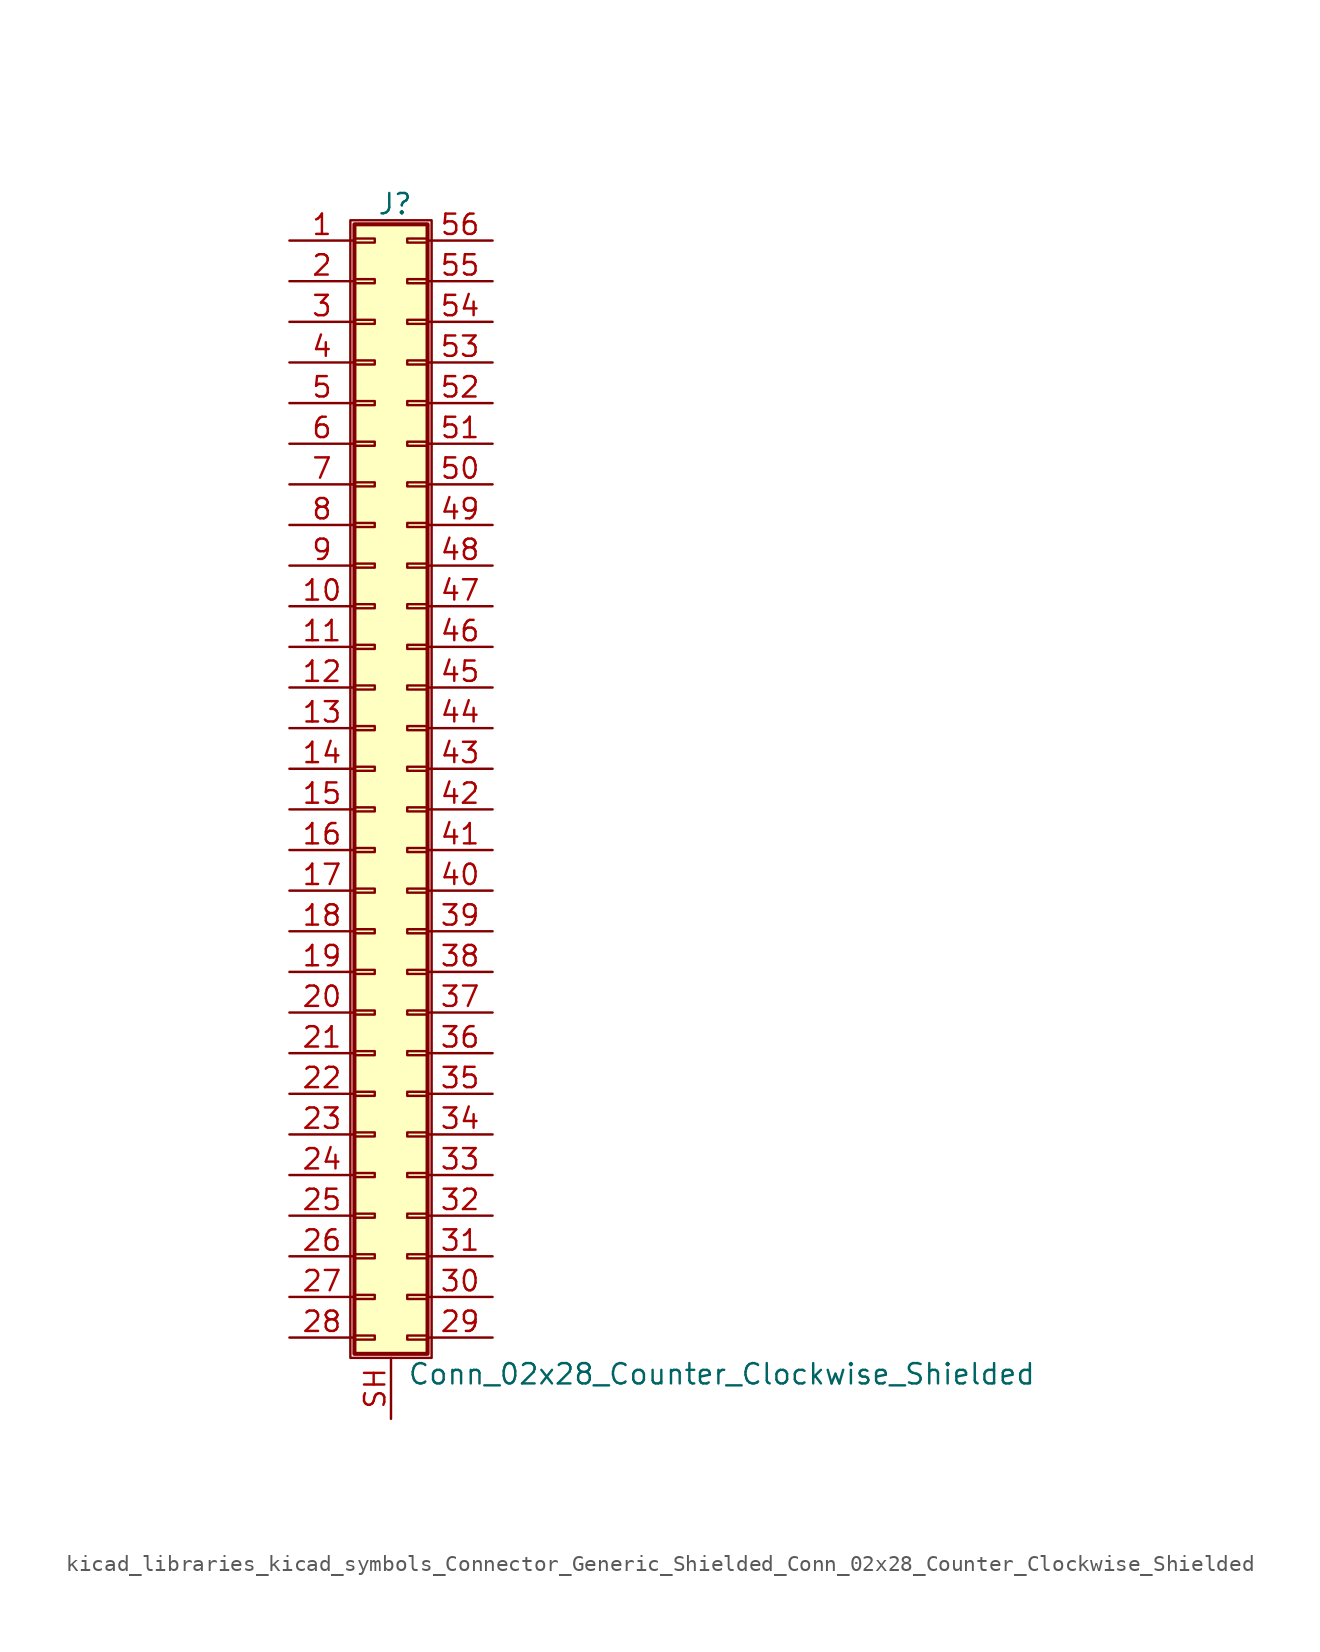
<source format=kicad_sym>
(kicad_symbol_lib
  (version 20220914)
  (generator kicad_symbol_editor)
  (symbol "kicad_libraries_kicad_symbols_Connector_Generic_Shielded_Conn_02x28_Counter_Clockwise_Shielded"
    (pin_names
      (offset 1.016) hide)
    (property "Reference" "J"
      (at 1.524 35.306 0)
      (effects (font (size 1.27 1.27))))
    (property "Value" "Conn_02x28_Counter_Clockwise_Shielded"
      (at 2.286 -37.846 0)
      (effects (font (size 1.27 1.27)) (justify left)))
    (symbol "kicad_libraries_kicad_symbols_Connector_Generic_Shielded_Conn_02x28_Counter_Clockwise_Shielded_1_1"
      (rectangle (start -1.27 34.29) (end 3.81 -36.83) (stroke (width 0.152) (type default)) (fill (type none)))
      (rectangle (start -1.016 -35.433) (end 0.254 -35.687) (stroke (width 0.152) (type default)) (fill (type none)))
      (rectangle (start -1.016 -32.893) (end 0.254 -33.147) (stroke (width 0.152) (type default)) (fill (type none)))
      (rectangle (start -1.016 -30.353) (end 0.254 -30.607) (stroke (width 0.152) (type default)) (fill (type none)))
      (rectangle (start -1.016 -27.813) (end 0.254 -28.067) (stroke (width 0.152) (type default)) (fill (type none)))
      (rectangle (start -1.016 -25.273) (end 0.254 -25.527) (stroke (width 0.152) (type default)) (fill (type none)))
      (rectangle (start -1.016 -22.733) (end 0.254 -22.987) (stroke (width 0.152) (type default)) (fill (type none)))
      (rectangle (start -1.016 -20.193) (end 0.254 -20.447) (stroke (width 0.152) (type default)) (fill (type none)))
      (rectangle (start -1.016 -17.653) (end 0.254 -17.907) (stroke (width 0.152) (type default)) (fill (type none)))
      (rectangle (start -1.016 -15.113) (end 0.254 -15.367) (stroke (width 0.152) (type default)) (fill (type none)))
      (rectangle (start -1.016 -12.573) (end 0.254 -12.827) (stroke (width 0.152) (type default)) (fill (type none)))
      (rectangle (start -1.016 -10.033) (end 0.254 -10.287) (stroke (width 0.152) (type default)) (fill (type none)))
      (rectangle (start -1.016 -7.493) (end 0.254 -7.747) (stroke (width 0.152) (type default)) (fill (type none)))
      (rectangle (start -1.016 -4.953) (end 0.254 -5.207) (stroke (width 0.152) (type default)) (fill (type none)))
      (rectangle (start -1.016 -2.413) (end 0.254 -2.667) (stroke (width 0.152) (type default)) (fill (type none)))
      (rectangle (start -1.016 0.127) (end 0.254 -0.127) (stroke (width 0.152) (type default)) (fill (type none)))
      (rectangle (start -1.016 2.667) (end 0.254 2.413) (stroke (width 0.152) (type default)) (fill (type none)))
      (rectangle (start -1.016 5.207) (end 0.254 4.953) (stroke (width 0.152) (type default)) (fill (type none)))
      (rectangle (start -1.016 7.747) (end 0.254 7.493) (stroke (width 0.152) (type default)) (fill (type none)))
      (rectangle (start -1.016 10.287) (end 0.254 10.033) (stroke (width 0.152) (type default)) (fill (type none)))
      (rectangle (start -1.016 12.827) (end 0.254 12.573) (stroke (width 0.152) (type default)) (fill (type none)))
      (rectangle (start -1.016 15.367) (end 0.254 15.113) (stroke (width 0.152) (type default)) (fill (type none)))
      (rectangle (start -1.016 17.907) (end 0.254 17.653) (stroke (width 0.152) (type default)) (fill (type none)))
      (rectangle (start -1.016 20.447) (end 0.254 20.193) (stroke (width 0.152) (type default)) (fill (type none)))
      (rectangle (start -1.016 22.987) (end 0.254 22.733) (stroke (width 0.152) (type default)) (fill (type none)))
      (rectangle (start -1.016 25.527) (end 0.254 25.273) (stroke (width 0.152) (type default)) (fill (type none)))
      (rectangle (start -1.016 28.067) (end 0.254 27.813) (stroke (width 0.152) (type default)) (fill (type none)))
      (rectangle (start -1.016 30.607) (end 0.254 30.353) (stroke (width 0.152) (type default)) (fill (type none)))
      (rectangle (start -1.016 33.147) (end 0.254 32.893) (stroke (width 0.152) (type default)) (fill (type none)))
      (rectangle (start -1.016 34.036) (end 3.556 -36.576) (stroke (width 0.254) (type default)) (fill (type background)))
      (rectangle (start 3.556 -35.433) (end 2.286 -35.687) (stroke (width 0.152) (type default)) (fill (type none)))
      (rectangle (start 3.556 -32.893) (end 2.286 -33.147) (stroke (width 0.152) (type default)) (fill (type none)))
      (rectangle (start 3.556 -30.353) (end 2.286 -30.607) (stroke (width 0.152) (type default)) (fill (type none)))
      (rectangle (start 3.556 -27.813) (end 2.286 -28.067) (stroke (width 0.152) (type default)) (fill (type none)))
      (rectangle (start 3.556 -25.273) (end 2.286 -25.527) (stroke (width 0.152) (type default)) (fill (type none)))
      (rectangle (start 3.556 -22.733) (end 2.286 -22.987) (stroke (width 0.152) (type default)) (fill (type none)))
      (rectangle (start 3.556 -20.193) (end 2.286 -20.447) (stroke (width 0.152) (type default)) (fill (type none)))
      (rectangle (start 3.556 -17.653) (end 2.286 -17.907) (stroke (width 0.152) (type default)) (fill (type none)))
      (rectangle (start 3.556 -15.113) (end 2.286 -15.367) (stroke (width 0.152) (type default)) (fill (type none)))
      (rectangle (start 3.556 -12.573) (end 2.286 -12.827) (stroke (width 0.152) (type default)) (fill (type none)))
      (rectangle (start 3.556 -10.033) (end 2.286 -10.287) (stroke (width 0.152) (type default)) (fill (type none)))
      (rectangle (start 3.556 -7.493) (end 2.286 -7.747) (stroke (width 0.152) (type default)) (fill (type none)))
      (rectangle (start 3.556 -4.953) (end 2.286 -5.207) (stroke (width 0.152) (type default)) (fill (type none)))
      (rectangle (start 3.556 -2.413) (end 2.286 -2.667) (stroke (width 0.152) (type default)) (fill (type none)))
      (rectangle (start 3.556 0.127) (end 2.286 -0.127) (stroke (width 0.152) (type default)) (fill (type none)))
      (rectangle (start 3.556 2.667) (end 2.286 2.413) (stroke (width 0.152) (type default)) (fill (type none)))
      (rectangle (start 3.556 5.207) (end 2.286 4.953) (stroke (width 0.152) (type default)) (fill (type none)))
      (rectangle (start 3.556 7.747) (end 2.286 7.493) (stroke (width 0.152) (type default)) (fill (type none)))
      (rectangle (start 3.556 10.287) (end 2.286 10.033) (stroke (width 0.152) (type default)) (fill (type none)))
      (rectangle (start 3.556 12.827) (end 2.286 12.573) (stroke (width 0.152) (type default)) (fill (type none)))
      (rectangle (start 3.556 15.367) (end 2.286 15.113) (stroke (width 0.152) (type default)) (fill (type none)))
      (rectangle (start 3.556 17.907) (end 2.286 17.653) (stroke (width 0.152) (type default)) (fill (type none)))
      (rectangle (start 3.556 20.447) (end 2.286 20.193) (stroke (width 0.152) (type default)) (fill (type none)))
      (rectangle (start 3.556 22.987) (end 2.286 22.733) (stroke (width 0.152) (type default)) (fill (type none)))
      (rectangle (start 3.556 25.527) (end 2.286 25.273) (stroke (width 0.152) (type default)) (fill (type none)))
      (rectangle (start 3.556 28.067) (end 2.286 27.813) (stroke (width 0.152) (type default)) (fill (type none)))
      (rectangle (start 3.556 30.607) (end 2.286 30.353) (stroke (width 0.152) (type default)) (fill (type none)))
      (rectangle (start 3.556 33.147) (end 2.286 32.893) (stroke (width 0.152) (type default)) (fill (type none)))
      (pin passive line (at -5.08 33.02 0) (length 4.064) (name "Pin_1" (effects (font (size 1.27 1.27)))) (number "1" (effects (font (size 1.27 1.27)))))
      (pin passive line (at -5.08 10.16 0) (length 4.064) (name "Pin_10" (effects (font (size 1.27 1.27)))) (number "10" (effects (font (size 1.27 1.27)))))
      (pin passive line (at -5.08 7.62 0) (length 4.064) (name "Pin_11" (effects (font (size 1.27 1.27)))) (number "11" (effects (font (size 1.27 1.27)))))
      (pin passive line (at -5.08 5.08 0) (length 4.064) (name "Pin_12" (effects (font (size 1.27 1.27)))) (number "12" (effects (font (size 1.27 1.27)))))
      (pin passive line (at -5.08 2.54 0) (length 4.064) (name "Pin_13" (effects (font (size 1.27 1.27)))) (number "13" (effects (font (size 1.27 1.27)))))
      (pin passive line (at -5.08 0 0) (length 4.064) (name "Pin_14" (effects (font (size 1.27 1.27)))) (number "14" (effects (font (size 1.27 1.27)))))
      (pin passive line (at -5.08 -2.54 0) (length 4.064) (name "Pin_15" (effects (font (size 1.27 1.27)))) (number "15" (effects (font (size 1.27 1.27)))))
      (pin passive line (at -5.08 -5.08 0) (length 4.064) (name "Pin_16" (effects (font (size 1.27 1.27)))) (number "16" (effects (font (size 1.27 1.27)))))
      (pin passive line (at -5.08 -7.62 0) (length 4.064) (name "Pin_17" (effects (font (size 1.27 1.27)))) (number "17" (effects (font (size 1.27 1.27)))))
      (pin passive line (at -5.08 -10.16 0) (length 4.064) (name "Pin_18" (effects (font (size 1.27 1.27)))) (number "18" (effects (font (size 1.27 1.27)))))
      (pin passive line (at -5.08 -12.7 0) (length 4.064) (name "Pin_19" (effects (font (size 1.27 1.27)))) (number "19" (effects (font (size 1.27 1.27)))))
      (pin passive line (at -5.08 30.48 0) (length 4.064) (name "Pin_2" (effects (font (size 1.27 1.27)))) (number "2" (effects (font (size 1.27 1.27)))))
      (pin passive line (at -5.08 -15.24 0) (length 4.064) (name "Pin_20" (effects (font (size 1.27 1.27)))) (number "20" (effects (font (size 1.27 1.27)))))
      (pin passive line (at -5.08 -17.78 0) (length 4.064) (name "Pin_21" (effects (font (size 1.27 1.27)))) (number "21" (effects (font (size 1.27 1.27)))))
      (pin passive line (at -5.08 -20.32 0) (length 4.064) (name "Pin_22" (effects (font (size 1.27 1.27)))) (number "22" (effects (font (size 1.27 1.27)))))
      (pin passive line (at -5.08 -22.86 0) (length 4.064) (name "Pin_23" (effects (font (size 1.27 1.27)))) (number "23" (effects (font (size 1.27 1.27)))))
      (pin passive line (at -5.08 -25.4 0) (length 4.064) (name "Pin_24" (effects (font (size 1.27 1.27)))) (number "24" (effects (font (size 1.27 1.27)))))
      (pin passive line (at -5.08 -27.94 0) (length 4.064) (name "Pin_25" (effects (font (size 1.27 1.27)))) (number "25" (effects (font (size 1.27 1.27)))))
      (pin passive line (at -5.08 -30.48 0) (length 4.064) (name "Pin_26" (effects (font (size 1.27 1.27)))) (number "26" (effects (font (size 1.27 1.27)))))
      (pin passive line (at -5.08 -33.02 0) (length 4.064) (name "Pin_27" (effects (font (size 1.27 1.27)))) (number "27" (effects (font (size 1.27 1.27)))))
      (pin passive line (at -5.08 -35.56 0) (length 4.064) (name "Pin_28" (effects (font (size 1.27 1.27)))) (number "28" (effects (font (size 1.27 1.27)))))
      (pin passive line (at 7.62 -35.56 180) (length 4.064) (name "Pin_29" (effects (font (size 1.27 1.27)))) (number "29" (effects (font (size 1.27 1.27)))))
      (pin passive line (at -5.08 27.94 0) (length 4.064) (name "Pin_3" (effects (font (size 1.27 1.27)))) (number "3" (effects (font (size 1.27 1.27)))))
      (pin passive line (at 7.62 -33.02 180) (length 4.064) (name "Pin_30" (effects (font (size 1.27 1.27)))) (number "30" (effects (font (size 1.27 1.27)))))
      (pin passive line (at 7.62 -30.48 180) (length 4.064) (name "Pin_31" (effects (font (size 1.27 1.27)))) (number "31" (effects (font (size 1.27 1.27)))))
      (pin passive line (at 7.62 -27.94 180) (length 4.064) (name "Pin_32" (effects (font (size 1.27 1.27)))) (number "32" (effects (font (size 1.27 1.27)))))
      (pin passive line (at 7.62 -25.4 180) (length 4.064) (name "Pin_33" (effects (font (size 1.27 1.27)))) (number "33" (effects (font (size 1.27 1.27)))))
      (pin passive line (at 7.62 -22.86 180) (length 4.064) (name "Pin_34" (effects (font (size 1.27 1.27)))) (number "34" (effects (font (size 1.27 1.27)))))
      (pin passive line (at 7.62 -20.32 180) (length 4.064) (name "Pin_35" (effects (font (size 1.27 1.27)))) (number "35" (effects (font (size 1.27 1.27)))))
      (pin passive line (at 7.62 -17.78 180) (length 4.064) (name "Pin_36" (effects (font (size 1.27 1.27)))) (number "36" (effects (font (size 1.27 1.27)))))
      (pin passive line (at 7.62 -15.24 180) (length 4.064) (name "Pin_37" (effects (font (size 1.27 1.27)))) (number "37" (effects (font (size 1.27 1.27)))))
      (pin passive line (at 7.62 -12.7 180) (length 4.064) (name "Pin_38" (effects (font (size 1.27 1.27)))) (number "38" (effects (font (size 1.27 1.27)))))
      (pin passive line (at 7.62 -10.16 180) (length 4.064) (name "Pin_39" (effects (font (size 1.27 1.27)))) (number "39" (effects (font (size 1.27 1.27)))))
      (pin passive line (at -5.08 25.4 0) (length 4.064) (name "Pin_4" (effects (font (size 1.27 1.27)))) (number "4" (effects (font (size 1.27 1.27)))))
      (pin passive line (at 7.62 -7.62 180) (length 4.064) (name "Pin_40" (effects (font (size 1.27 1.27)))) (number "40" (effects (font (size 1.27 1.27)))))
      (pin passive line (at 7.62 -5.08 180) (length 4.064) (name "Pin_41" (effects (font (size 1.27 1.27)))) (number "41" (effects (font (size 1.27 1.27)))))
      (pin passive line (at 7.62 -2.54 180) (length 4.064) (name "Pin_42" (effects (font (size 1.27 1.27)))) (number "42" (effects (font (size 1.27 1.27)))))
      (pin passive line (at 7.62 0 180) (length 4.064) (name "Pin_43" (effects (font (size 1.27 1.27)))) (number "43" (effects (font (size 1.27 1.27)))))
      (pin passive line (at 7.62 2.54 180) (length 4.064) (name "Pin_44" (effects (font (size 1.27 1.27)))) (number "44" (effects (font (size 1.27 1.27)))))
      (pin passive line (at 7.62 5.08 180) (length 4.064) (name "Pin_45" (effects (font (size 1.27 1.27)))) (number "45" (effects (font (size 1.27 1.27)))))
      (pin passive line (at 7.62 7.62 180) (length 4.064) (name "Pin_46" (effects (font (size 1.27 1.27)))) (number "46" (effects (font (size 1.27 1.27)))))
      (pin passive line (at 7.62 10.16 180) (length 4.064) (name "Pin_47" (effects (font (size 1.27 1.27)))) (number "47" (effects (font (size 1.27 1.27)))))
      (pin passive line (at 7.62 12.7 180) (length 4.064) (name "Pin_48" (effects (font (size 1.27 1.27)))) (number "48" (effects (font (size 1.27 1.27)))))
      (pin passive line (at 7.62 15.24 180) (length 4.064) (name "Pin_49" (effects (font (size 1.27 1.27)))) (number "49" (effects (font (size 1.27 1.27)))))
      (pin passive line (at -5.08 22.86 0) (length 4.064) (name "Pin_5" (effects (font (size 1.27 1.27)))) (number "5" (effects (font (size 1.27 1.27)))))
      (pin passive line (at 7.62 17.78 180) (length 4.064) (name "Pin_50" (effects (font (size 1.27 1.27)))) (number "50" (effects (font (size 1.27 1.27)))))
      (pin passive line (at 7.62 20.32 180) (length 4.064) (name "Pin_51" (effects (font (size 1.27 1.27)))) (number "51" (effects (font (size 1.27 1.27)))))
      (pin passive line (at 7.62 22.86 180) (length 4.064) (name "Pin_52" (effects (font (size 1.27 1.27)))) (number "52" (effects (font (size 1.27 1.27)))))
      (pin passive line (at 7.62 25.4 180) (length 4.064) (name "Pin_53" (effects (font (size 1.27 1.27)))) (number "53" (effects (font (size 1.27 1.27)))))
      (pin passive line (at 7.62 27.94 180) (length 4.064) (name "Pin_54" (effects (font (size 1.27 1.27)))) (number "54" (effects (font (size 1.27 1.27)))))
      (pin passive line (at 7.62 30.48 180) (length 4.064) (name "Pin_55" (effects (font (size 1.27 1.27)))) (number "55" (effects (font (size 1.27 1.27)))))
      (pin passive line (at 7.62 33.02 180) (length 4.064) (name "Pin_56" (effects (font (size 1.27 1.27)))) (number "56" (effects (font (size 1.27 1.27)))))
      (pin passive line (at -5.08 20.32 0) (length 4.064) (name "Pin_6" (effects (font (size 1.27 1.27)))) (number "6" (effects (font (size 1.27 1.27)))))
      (pin passive line (at -5.08 17.78 0) (length 4.064) (name "Pin_7" (effects (font (size 1.27 1.27)))) (number "7" (effects (font (size 1.27 1.27)))))
      (pin passive line (at -5.08 15.24 0) (length 4.064) (name "Pin_8" (effects (font (size 1.27 1.27)))) (number "8" (effects (font (size 1.27 1.27)))))
      (pin passive line (at -5.08 12.7 0) (length 4.064) (name "Pin_9" (effects (font (size 1.27 1.27)))) (number "9" (effects (font (size 1.27 1.27)))))
      (pin passive line (at 1.27 -40.64 90) (length 3.81) (name "Shield" (effects (font (size 1.27 1.27)))) (number "SH" (effects (font (size 1.27 1.27))))))))
</source>
